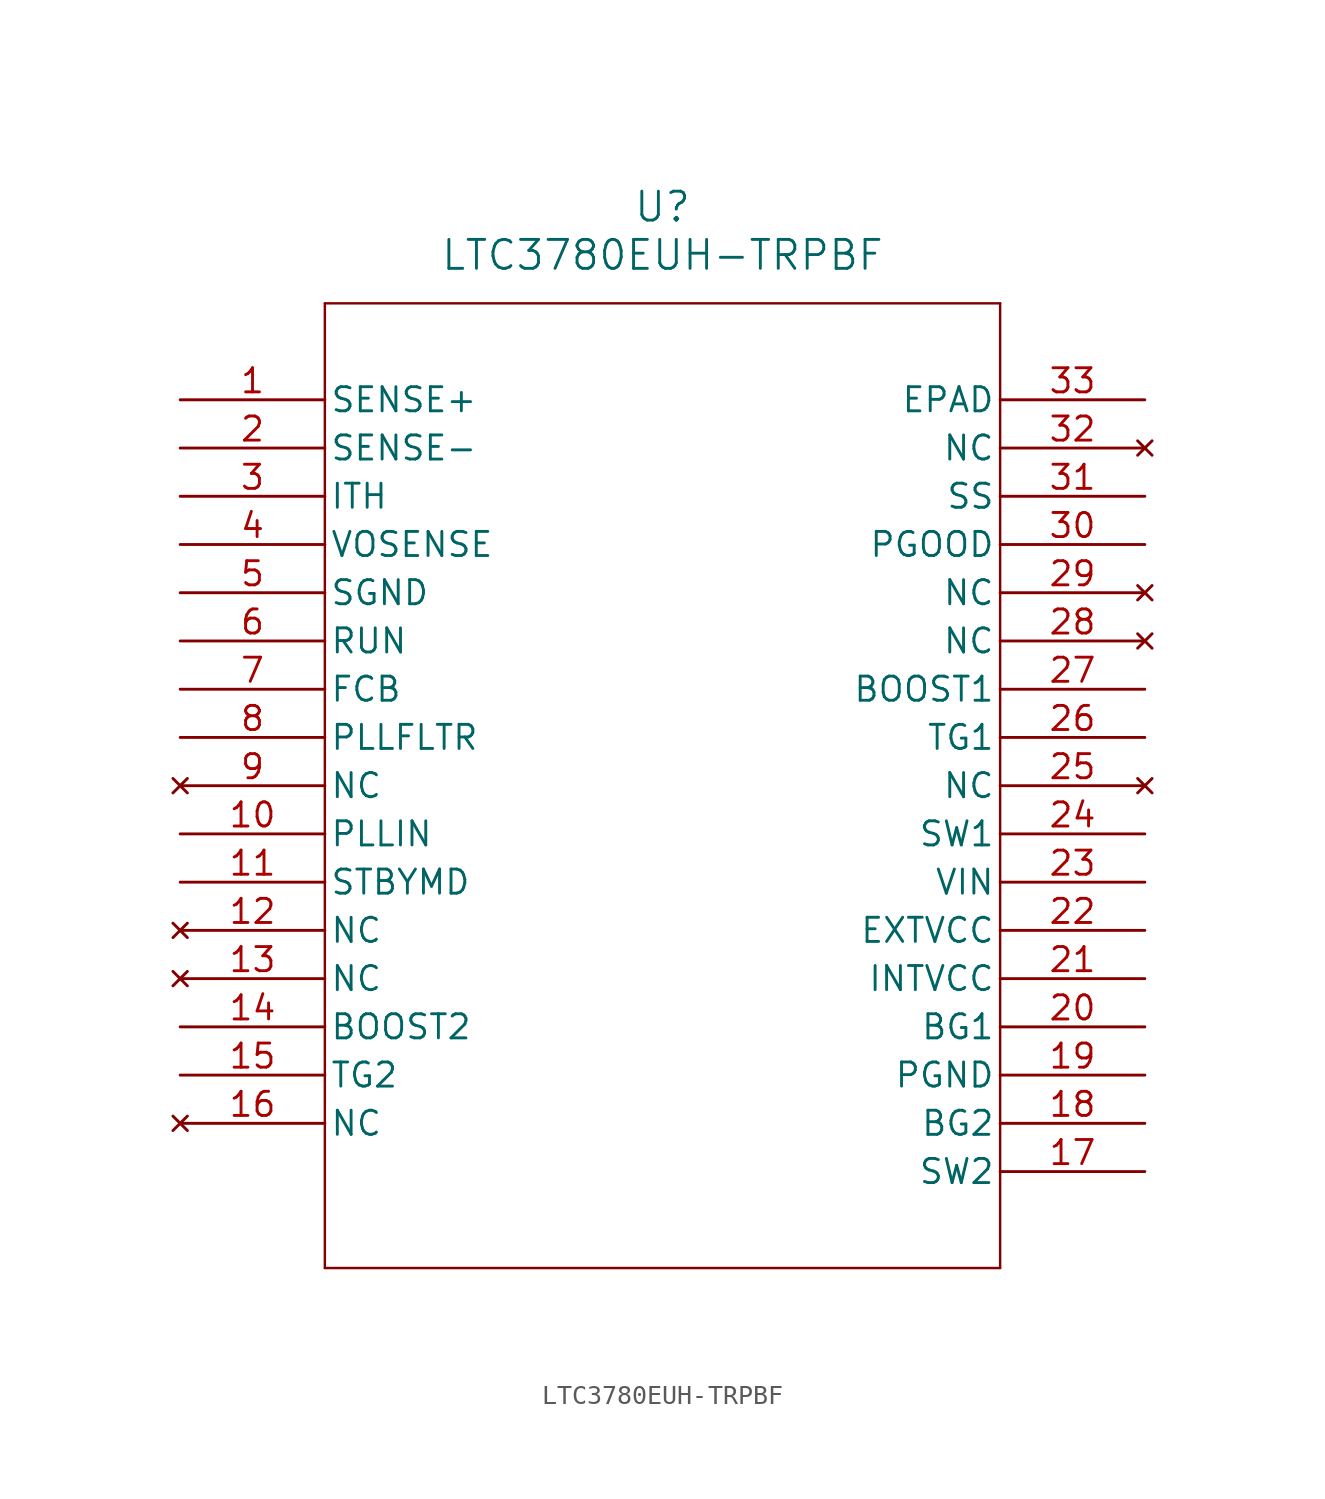
<source format=kicad_sym>
(kicad_symbol_lib
  (version 20211014)
  (generator kicad_symbol_editor)
  (symbol "LTC3780EUH-TRPBF"
    (pin_names
      (offset 0.254))
    (property "Reference" "U"
      (at 25.4 10.16 0)
      (effects (font (size 1.524 1.524))))
    (property "Value" "LTC3780EUH-TRPBF"
      (at 25.4 7.62 0)
      (effects (font (size 1.524 1.524))))
    (symbol "LTC3780EUH-TRPBF_0_1"
      (polyline (pts (xy 7.62 5.08) (xy 7.62 -45.72)) (stroke (width 0.127) (type default) (color 0 0 0 0)) (fill (type none)))
      (polyline (pts (xy 7.62 -45.72) (xy 43.18 -45.72)) (stroke (width 0.127) (type default) (color 0 0 0 0)) (fill (type none)))
      (polyline (pts (xy 43.18 -45.72) (xy 43.18 5.08)) (stroke (width 0.127) (type default) (color 0 0 0 0)) (fill (type none)))
      (polyline (pts (xy 43.18 5.08) (xy 7.62 5.08)) (stroke (width 0.127) (type default) (color 0 0 0 0)) (fill (type none)))
      (pin input line (at 0 0 0) (length 7.62) (name "SENSE+" (effects (font (size 1.27 1.27)))) (number "1" (effects (font (size 1.27 1.27)))))
      (pin input line (at 0 -2.54 0) (length 7.62) (name "SENSE-" (effects (font (size 1.27 1.27)))) (number "2" (effects (font (size 1.27 1.27)))))
      (pin unspecified line (at 0 -5.08 0) (length 7.62) (name "ITH" (effects (font (size 1.27 1.27)))) (number "3" (effects (font (size 1.27 1.27)))))
      (pin input line (at 0 -7.62 0) (length 7.62) (name "VOSENSE" (effects (font (size 1.27 1.27)))) (number "4" (effects (font (size 1.27 1.27)))))
      (pin power_in line (at 0 -10.16 0) (length 7.62) (name "SGND" (effects (font (size 1.27 1.27)))) (number "5" (effects (font (size 1.27 1.27)))))
      (pin input line (at 0 -12.7 0) (length 7.62) (name "RUN" (effects (font (size 1.27 1.27)))) (number "6" (effects (font (size 1.27 1.27)))))
      (pin input line (at 0 -15.24 0) (length 7.62) (name "FCB" (effects (font (size 1.27 1.27)))) (number "7" (effects (font (size 1.27 1.27)))))
      (pin unspecified line (at 0 -17.78 0) (length 7.62) (name "PLLFLTR" (effects (font (size 1.27 1.27)))) (number "8" (effects (font (size 1.27 1.27)))))
      (pin no_connect line (at 0 -20.32 0) (length 7.62) (name "NC" (effects (font (size 1.27 1.27)))) (number "9" (effects (font (size 1.27 1.27)))))
      (pin input line (at 0 -22.86 0) (length 7.62) (name "PLLIN" (effects (font (size 1.27 1.27)))) (number "10" (effects (font (size 1.27 1.27)))))
      (pin unspecified line (at 0 -25.4 0) (length 7.62) (name "STBYMD" (effects (font (size 1.27 1.27)))) (number "11" (effects (font (size 1.27 1.27)))))
      (pin no_connect line (at 0 -27.94 0) (length 7.62) (name "NC" (effects (font (size 1.27 1.27)))) (number "12" (effects (font (size 1.27 1.27)))))
      (pin no_connect line (at 0 -30.48 0) (length 7.62) (name "NC" (effects (font (size 1.27 1.27)))) (number "13" (effects (font (size 1.27 1.27)))))
      (pin unspecified line (at 0 -33.02 0) (length 7.62) (name "BOOST2" (effects (font (size 1.27 1.27)))) (number "14" (effects (font (size 1.27 1.27)))))
      (pin unspecified line (at 0 -35.56 0) (length 7.62) (name "TG2" (effects (font (size 1.27 1.27)))) (number "15" (effects (font (size 1.27 1.27)))))
      (pin no_connect line (at 0 -38.1 0) (length 7.62) (name "NC" (effects (font (size 1.27 1.27)))) (number "16" (effects (font (size 1.27 1.27)))))
      (pin unspecified line (at 50.8 -40.64 180) (length 7.62) (name "SW2" (effects (font (size 1.27 1.27)))) (number "17" (effects (font (size 1.27 1.27)))))
      (pin unspecified line (at 50.8 -38.1 180) (length 7.62) (name "BG2" (effects (font (size 1.27 1.27)))) (number "18" (effects (font (size 1.27 1.27)))))
      (pin power_in line (at 50.8 -35.56 180) (length 7.62) (name "PGND" (effects (font (size 1.27 1.27)))) (number "19" (effects (font (size 1.27 1.27)))))
      (pin unspecified line (at 50.8 -33.02 180) (length 7.62) (name "BG1" (effects (font (size 1.27 1.27)))) (number "20" (effects (font (size 1.27 1.27)))))
      (pin output line (at 50.8 -30.48 180) (length 7.62) (name "INTVCC" (effects (font (size 1.27 1.27)))) (number "21" (effects (font (size 1.27 1.27)))))
      (pin input line (at 50.8 -27.94 180) (length 7.62) (name "EXTVCC" (effects (font (size 1.27 1.27)))) (number "22" (effects (font (size 1.27 1.27)))))
      (pin input line (at 50.8 -25.4 180) (length 7.62) (name "VIN" (effects (font (size 1.27 1.27)))) (number "23" (effects (font (size 1.27 1.27)))))
      (pin unspecified line (at 50.8 -22.86 180) (length 7.62) (name "SW1" (effects (font (size 1.27 1.27)))) (number "24" (effects (font (size 1.27 1.27)))))
      (pin no_connect line (at 50.8 -20.32 180) (length 7.62) (name "NC" (effects (font (size 1.27 1.27)))) (number "25" (effects (font (size 1.27 1.27)))))
      (pin unspecified line (at 50.8 -17.78 180) (length 7.62) (name "TG1" (effects (font (size 1.27 1.27)))) (number "26" (effects (font (size 1.27 1.27)))))
      (pin unspecified line (at 50.8 -15.24 180) (length 7.62) (name "BOOST1" (effects (font (size 1.27 1.27)))) (number "27" (effects (font (size 1.27 1.27)))))
      (pin no_connect line (at 50.8 -12.7 180) (length 7.62) (name "NC" (effects (font (size 1.27 1.27)))) (number "28" (effects (font (size 1.27 1.27)))))
      (pin no_connect line (at 50.8 -10.16 180) (length 7.62) (name "NC" (effects (font (size 1.27 1.27)))) (number "29" (effects (font (size 1.27 1.27)))))
      (pin output line (at 50.8 -7.62 180) (length 7.62) (name "PGOOD" (effects (font (size 1.27 1.27)))) (number "30" (effects (font (size 1.27 1.27)))))
      (pin input line (at 50.8 -5.08 180) (length 7.62) (name "SS" (effects (font (size 1.27 1.27)))) (number "31" (effects (font (size 1.27 1.27)))))
      (pin no_connect line (at 50.8 -2.54 180) (length 7.62) (name "NC" (effects (font (size 1.27 1.27)))) (number "32" (effects (font (size 1.27 1.27)))))
      (pin unspecified line (at 50.8 0 180) (length 7.62) (name "EPAD" (effects (font (size 1.27 1.27)))) (number "33" (effects (font (size 1.27 1.27))))))))
</source>
